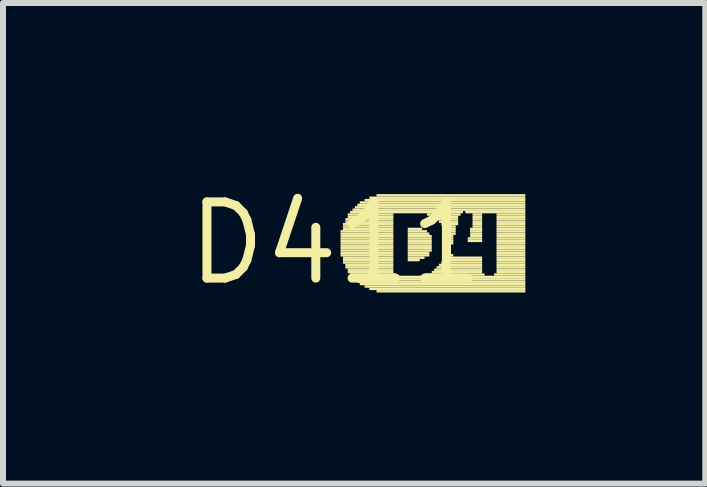
<source format=kicad_pcb>
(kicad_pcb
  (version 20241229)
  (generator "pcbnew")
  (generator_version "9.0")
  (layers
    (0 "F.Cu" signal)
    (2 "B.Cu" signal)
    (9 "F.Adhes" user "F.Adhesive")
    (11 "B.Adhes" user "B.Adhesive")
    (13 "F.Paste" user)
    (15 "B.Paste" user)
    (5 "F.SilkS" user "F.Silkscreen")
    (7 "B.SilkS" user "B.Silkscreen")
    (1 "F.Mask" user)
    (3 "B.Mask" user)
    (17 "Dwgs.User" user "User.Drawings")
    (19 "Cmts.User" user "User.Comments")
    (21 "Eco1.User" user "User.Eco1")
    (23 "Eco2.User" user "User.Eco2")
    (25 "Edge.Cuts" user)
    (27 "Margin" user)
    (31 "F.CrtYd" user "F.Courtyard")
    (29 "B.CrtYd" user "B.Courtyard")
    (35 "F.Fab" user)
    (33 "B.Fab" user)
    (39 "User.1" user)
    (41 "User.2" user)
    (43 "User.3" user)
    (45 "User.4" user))
  (footprint "D411"
    (layer "F.Cu")
    (at 2.547 1.006)
    (property "Reference" "D411" (at 0 0 0) (layer "F.SilkS") (effects (font (size 1.27 1.27) (thickness 0.15))))
    (fp_poly (pts (xy 0.08 -0.18) (xy 0.96 -0.18) (xy 0.96 -0.22) (xy 0.08 -0.22)) (stroke (width 0) (type default)) (fill yes) (layer "F.SilkS"))
    (fp_poly (pts (xy 0.08 -0.14) (xy 0.96 -0.14) (xy 0.96 -0.18) (xy 0.08 -0.18)) (stroke (width 0) (type default)) (fill yes) (layer "F.SilkS"))
    (fp_poly (pts (xy 0.08 -0.1) (xy 0.96 -0.1) (xy 0.96 -0.14) (xy 0.08 -0.14)) (stroke (width 0) (type default)) (fill yes) (layer "F.SilkS"))
    (fp_poly (pts (xy 0.08 -0.06) (xy 0.96 -0.06) (xy 0.96 -0.1) (xy 0.08 -0.1)) (stroke (width 0) (type default)) (fill yes) (layer "F.SilkS"))
    (fp_poly (pts (xy 0.08 -0.02) (xy 0.96 -0.02) (xy 0.96 -0.06) (xy 0.08 -0.06)) (stroke (width 0) (type default)) (fill yes) (layer "F.SilkS"))
    (fp_poly (pts (xy 0.08 0.02) (xy 0.96 0.02) (xy 0.96 -0.02) (xy 0.08 -0.02)) (stroke (width 0) (type default)) (fill yes) (layer "F.SilkS"))
    (fp_poly (pts (xy 0.08 0.06) (xy 0.96 0.06) (xy 0.96 0.02) (xy 0.08 0.02)) (stroke (width 0) (type default)) (fill yes) (layer "F.SilkS"))
    (fp_poly (pts (xy 0.08 0.1) (xy 0.96 0.1) (xy 0.96 0.06) (xy 0.08 0.06)) (stroke (width 0) (type default)) (fill yes) (layer "F.SilkS"))
    (fp_poly (pts (xy 0.08 0.14) (xy 0.96 0.14) (xy 0.96 0.1) (xy 0.08 0.1)) (stroke (width 0) (type default)) (fill yes) (layer "F.SilkS"))
    (fp_poly (pts (xy 0.08 0.18) (xy 0.96 0.18) (xy 0.96 0.14) (xy 0.08 0.14)) (stroke (width 0) (type default)) (fill yes) (layer "F.SilkS"))
    (fp_poly (pts (xy 0.08 0.22) (xy 0.96 0.22) (xy 0.96 0.18) (xy 0.08 0.18)) (stroke (width 0) (type default)) (fill yes) (layer "F.SilkS"))
    (fp_poly (pts (xy 0.12 -0.3) (xy 0.96 -0.3) (xy 0.96 -0.34) (xy 0.12 -0.34)) (stroke (width 0) (type default)) (fill yes) (layer "F.SilkS"))
    (fp_poly (pts (xy 0.12 -0.26) (xy 0.96 -0.26) (xy 0.96 -0.3) (xy 0.12 -0.3)) (stroke (width 0) (type default)) (fill yes) (layer "F.SilkS"))
    (fp_poly (pts (xy 0.12 -0.22) (xy 0.96 -0.22) (xy 0.96 -0.26) (xy 0.12 -0.26)) (stroke (width 0) (type default)) (fill yes) (layer "F.SilkS"))
    (fp_poly (pts (xy 0.12 0.26) (xy 0.96 0.26) (xy 0.96 0.22) (xy 0.12 0.22)) (stroke (width 0) (type default)) (fill yes) (layer "F.SilkS"))
    (fp_poly (pts (xy 0.12 0.3) (xy 0.96 0.3) (xy 0.96 0.26) (xy 0.12 0.26)) (stroke (width 0) (type default)) (fill yes) (layer "F.SilkS"))
    (fp_poly (pts (xy 0.12 0.34) (xy 0.96 0.34) (xy 0.96 0.3) (xy 0.12 0.3)) (stroke (width 0) (type default)) (fill yes) (layer "F.SilkS"))
    (fp_poly (pts (xy 0.16 -0.38) (xy 0.96 -0.38) (xy 0.96 -0.42) (xy 0.16 -0.42)) (stroke (width 0) (type default)) (fill yes) (layer "F.SilkS"))
    (fp_poly (pts (xy 0.16 -0.34) (xy 0.96 -0.34) (xy 0.96 -0.38) (xy 0.16 -0.38)) (stroke (width 0) (type default)) (fill yes) (layer "F.SilkS"))
    (fp_poly (pts (xy 0.16 0.38) (xy 0.96 0.38) (xy 0.96 0.34) (xy 0.16 0.34)) (stroke (width 0) (type default)) (fill yes) (layer "F.SilkS"))
    (fp_poly (pts (xy 0.16 0.42) (xy 0.96 0.42) (xy 0.96 0.38) (xy 0.16 0.38)) (stroke (width 0) (type default)) (fill yes) (layer "F.SilkS"))
    (fp_poly (pts (xy 0.2 -0.46) (xy 0.96 -0.46) (xy 0.96 -0.5) (xy 0.2 -0.5)) (stroke (width 0) (type default)) (fill yes) (layer "F.SilkS"))
    (fp_poly (pts (xy 0.2 -0.42) (xy 0.96 -0.42) (xy 0.96 -0.46) (xy 0.2 -0.46)) (stroke (width 0) (type default)) (fill yes) (layer "F.SilkS"))
    (fp_poly (pts (xy 0.2 0.46) (xy 0.96 0.46) (xy 0.96 0.42) (xy 0.2 0.42)) (stroke (width 0) (type default)) (fill yes) (layer "F.SilkS"))
    (fp_poly (pts (xy 0.2 0.5) (xy 0.96 0.5) (xy 0.96 0.46) (xy 0.2 0.46)) (stroke (width 0) (type default)) (fill yes) (layer "F.SilkS"))
    (fp_poly (pts (xy 0.24 -0.5) (xy 2.12 -0.5) (xy 2.12 -0.54) (xy 0.24 -0.54)) (stroke (width 0) (type default)) (fill yes) (layer "F.SilkS"))
    (fp_poly (pts (xy 0.24 0.54) (xy 1 0.54) (xy 1 0.5) (xy 0.24 0.5)) (stroke (width 0) (type default)) (fill yes) (layer "F.SilkS"))
    (fp_poly (pts (xy 0.28 -0.54) (xy 3.16 -0.54) (xy 3.16 -0.58) (xy 0.28 -0.58)) (stroke (width 0) (type default)) (fill yes) (layer "F.SilkS"))
    (fp_poly (pts (xy 0.28 0.58) (xy 3.16 0.58) (xy 3.16 0.54) (xy 0.28 0.54)) (stroke (width 0) (type default)) (fill yes) (layer "F.SilkS"))
    (fp_poly (pts (xy 0.32 -0.58) (xy 3.16 -0.58) (xy 3.16 -0.62) (xy 0.32 -0.62)) (stroke (width 0) (type default)) (fill yes) (layer "F.SilkS"))
    (fp_poly (pts (xy 0.32 0.62) (xy 3.16 0.62) (xy 3.16 0.58) (xy 0.32 0.58)) (stroke (width 0) (type default)) (fill yes) (layer "F.SilkS"))
    (fp_poly (pts (xy 0.36 -0.62) (xy 3.16 -0.62) (xy 3.16 -0.66) (xy 0.36 -0.66)) (stroke (width 0) (type default)) (fill yes) (layer "F.SilkS"))
    (fp_poly (pts (xy 0.36 0.66) (xy 3.16 0.66) (xy 3.16 0.62) (xy 0.36 0.62)) (stroke (width 0) (type default)) (fill yes) (layer "F.SilkS"))
    (fp_poly (pts (xy 0.4 -0.66) (xy 3.16 -0.66) (xy 3.16 -0.7) (xy 0.4 -0.7)) (stroke (width 0) (type default)) (fill yes) (layer "F.SilkS"))
    (fp_poly (pts (xy 0.4 0.7) (xy 3.16 0.7) (xy 3.16 0.66) (xy 0.4 0.66)) (stroke (width 0) (type default)) (fill yes) (layer "F.SilkS"))
    (fp_poly (pts (xy 0.48 -0.7) (xy 3.16 -0.7) (xy 3.16 -0.74) (xy 0.48 -0.74)) (stroke (width 0) (type default)) (fill yes) (layer "F.SilkS"))
    (fp_poly (pts (xy 0.48 0.74) (xy 3.16 0.74) (xy 3.16 0.7) (xy 0.48 0.7)) (stroke (width 0) (type default)) (fill yes) (layer "F.SilkS"))
    (fp_poly (pts (xy 0.56 -0.74) (xy 3.16 -0.74) (xy 3.16 -0.78) (xy 0.56 -0.78)) (stroke (width 0) (type default)) (fill yes) (layer "F.SilkS"))
    (fp_poly (pts (xy 0.56 0.78) (xy 3.16 0.78) (xy 3.16 0.74) (xy 0.56 0.74)) (stroke (width 0) (type default)) (fill yes) (layer "F.SilkS"))
    (fp_poly (pts (xy 0.68 -0.78) (xy 3.16 -0.78) (xy 3.16 -0.82) (xy 0.68 -0.82)) (stroke (width 0) (type default)) (fill yes) (layer "F.SilkS"))
    (fp_poly (pts (xy 0.68 0.82) (xy 3.16 0.82) (xy 3.16 0.78) (xy 0.68 0.78)) (stroke (width 0) (type default)) (fill yes) (layer "F.SilkS"))
    (fp_poly (pts (xy 1.2 -0.22) (xy 1.44 -0.22) (xy 1.44 -0.26) (xy 1.2 -0.26)) (stroke (width 0) (type default)) (fill yes) (layer "F.SilkS"))
    (fp_poly (pts (xy 1.2 -0.18) (xy 1.52 -0.18) (xy 1.52 -0.22) (xy 1.2 -0.22)) (stroke (width 0) (type default)) (fill yes) (layer "F.SilkS"))
    (fp_poly (pts (xy 1.2 -0.14) (xy 1.56 -0.14) (xy 1.56 -0.18) (xy 1.2 -0.18)) (stroke (width 0) (type default)) (fill yes) (layer "F.SilkS"))
    (fp_poly (pts (xy 1.2 -0.1) (xy 1.6 -0.1) (xy 1.6 -0.14) (xy 1.2 -0.14)) (stroke (width 0) (type default)) (fill yes) (layer "F.SilkS"))
    (fp_poly (pts (xy 1.2 -0.06) (xy 1.6 -0.06) (xy 1.6 -0.1) (xy 1.2 -0.1)) (stroke (width 0) (type default)) (fill yes) (layer "F.SilkS"))
    (fp_poly (pts (xy 1.2 -0.02) (xy 1.6 -0.02) (xy 1.6 -0.06) (xy 1.2 -0.06)) (stroke (width 0) (type default)) (fill yes) (layer "F.SilkS"))
    (fp_poly (pts (xy 1.2 0.02) (xy 1.6 0.02) (xy 1.6 -0.02) (xy 1.2 -0.02)) (stroke (width 0) (type default)) (fill yes) (layer "F.SilkS"))
    (fp_poly (pts (xy 1.2 0.06) (xy 1.6 0.06) (xy 1.6 0.02) (xy 1.2 0.02)) (stroke (width 0) (type default)) (fill yes) (layer "F.SilkS"))
    (fp_poly (pts (xy 1.2 0.1) (xy 1.6 0.1) (xy 1.6 0.06) (xy 1.2 0.06)) (stroke (width 0) (type default)) (fill yes) (layer "F.SilkS"))
    (fp_poly (pts (xy 1.2 0.14) (xy 1.6 0.14) (xy 1.6 0.1) (xy 1.2 0.1)) (stroke (width 0) (type default)) (fill yes) (layer "F.SilkS"))
    (fp_poly (pts (xy 1.2 0.18) (xy 1.56 0.18) (xy 1.56 0.14) (xy 1.2 0.14)) (stroke (width 0) (type default)) (fill yes) (layer "F.SilkS"))
    (fp_poly (pts (xy 1.2 0.22) (xy 1.56 0.22) (xy 1.56 0.18) (xy 1.2 0.18)) (stroke (width 0) (type default)) (fill yes) (layer "F.SilkS"))
    (fp_poly (pts (xy 1.2 0.26) (xy 1.48 0.26) (xy 1.48 0.22) (xy 1.2 0.22)) (stroke (width 0) (type default)) (fill yes) (layer "F.SilkS"))
    (fp_poly (pts (xy 1.2 0.3) (xy 1.4 0.3) (xy 1.4 0.26) (xy 1.2 0.26)) (stroke (width 0) (type default)) (fill yes) (layer "F.SilkS"))
    (fp_poly (pts (xy 1.48 0.54) (xy 2.48 0.54) (xy 2.48 0.5) (xy 1.48 0.5)) (stroke (width 0) (type default)) (fill yes) (layer "F.SilkS"))
    (fp_poly (pts (xy 1.52 -0.46) (xy 2.08 -0.46) (xy 2.08 -0.5) (xy 1.52 -0.5)) (stroke (width 0) (type default)) (fill yes) (layer "F.SilkS"))
    (fp_poly (pts (xy 1.6 -0.42) (xy 2.04 -0.42) (xy 2.04 -0.46) (xy 1.6 -0.46)) (stroke (width 0) (type default)) (fill yes) (layer "F.SilkS"))
    (fp_poly (pts (xy 1.6 0.5) (xy 2.44 0.5) (xy 2.44 0.46) (xy 1.6 0.46)) (stroke (width 0) (type default)) (fill yes) (layer "F.SilkS"))
    (fp_poly (pts (xy 1.64 0.46) (xy 2.44 0.46) (xy 2.44 0.42) (xy 1.64 0.42)) (stroke (width 0) (type default)) (fill yes) (layer "F.SilkS"))
    (fp_poly (pts (xy 1.68 -0.38) (xy 2.04 -0.38) (xy 2.04 -0.42) (xy 1.68 -0.42)) (stroke (width 0) (type default)) (fill yes) (layer "F.SilkS"))
    (fp_poly (pts (xy 1.68 0.42) (xy 2.44 0.42) (xy 2.44 0.38) (xy 1.68 0.38)) (stroke (width 0) (type default)) (fill yes) (layer "F.SilkS"))
    (fp_poly (pts (xy 1.72 -0.34) (xy 2.04 -0.34) (xy 2.04 -0.38) (xy 1.72 -0.38)) (stroke (width 0) (type default)) (fill yes) (layer "F.SilkS"))
    (fp_poly (pts (xy 1.72 0.38) (xy 2.44 0.38) (xy 2.44 0.34) (xy 1.72 0.34)) (stroke (width 0) (type default)) (fill yes) (layer "F.SilkS"))
    (fp_poly (pts (xy 1.76 -0.3) (xy 2.04 -0.3) (xy 2.04 -0.34) (xy 1.76 -0.34)) (stroke (width 0) (type default)) (fill yes) (layer "F.SilkS"))
    (fp_poly (pts (xy 1.76 0.34) (xy 2.44 0.34) (xy 2.44 0.3) (xy 1.76 0.3)) (stroke (width 0) (type default)) (fill yes) (layer "F.SilkS"))
    (fp_poly (pts (xy 1.8 -0.26) (xy 2 -0.26) (xy 2 -0.3) (xy 1.8 -0.3)) (stroke (width 0) (type default)) (fill yes) (layer "F.SilkS"))
    (fp_poly (pts (xy 1.8 -0.22) (xy 2 -0.22) (xy 2 -0.26) (xy 1.8 -0.26)) (stroke (width 0) (type default)) (fill yes) (layer "F.SilkS"))
    (fp_poly (pts (xy 1.8 0.26) (xy 2.44 0.26) (xy 2.44 0.22) (xy 1.8 0.22)) (stroke (width 0) (type default)) (fill yes) (layer "F.SilkS"))
    (fp_poly (pts (xy 1.8 0.3) (xy 2.44 0.3) (xy 2.44 0.26) (xy 1.8 0.26)) (stroke (width 0) (type default)) (fill yes) (layer "F.SilkS"))
    (fp_poly (pts (xy 1.84 -0.18) (xy 2 -0.18) (xy 2 -0.22) (xy 1.84 -0.22)) (stroke (width 0) (type default)) (fill yes) (layer "F.SilkS"))
    (fp_poly (pts (xy 1.84 -0.14) (xy 2 -0.14) (xy 2 -0.18) (xy 1.84 -0.18)) (stroke (width 0) (type default)) (fill yes) (layer "F.SilkS"))
    (fp_poly (pts (xy 1.84 -0.1) (xy 1.96 -0.1) (xy 1.96 -0.14) (xy 1.84 -0.14)) (stroke (width 0) (type default)) (fill yes) (layer "F.SilkS"))
    (fp_poly (pts (xy 1.84 0.14) (xy 1.92 0.14) (xy 1.92 0.1) (xy 1.84 0.1)) (stroke (width 0) (type default)) (fill yes) (layer "F.SilkS"))
    (fp_poly (pts (xy 1.84 0.18) (xy 1.92 0.18) (xy 1.92 0.14) (xy 1.84 0.14)) (stroke (width 0) (type default)) (fill yes) (layer "F.SilkS"))
    (fp_poly (pts (xy 1.84 0.22) (xy 1.96 0.22) (xy 1.96 0.18) (xy 1.84 0.18)) (stroke (width 0) (type default)) (fill yes) (layer "F.SilkS"))
    (fp_poly (pts (xy 1.88 -0.06) (xy 1.96 -0.06) (xy 1.96 -0.1) (xy 1.88 -0.1)) (stroke (width 0) (type default)) (fill yes) (layer "F.SilkS"))
    (fp_poly (pts (xy 1.88 -0.02) (xy 1.96 -0.02) (xy 1.96 -0.06) (xy 1.88 -0.06)) (stroke (width 0) (type default)) (fill yes) (layer "F.SilkS"))
    (fp_poly (pts (xy 1.88 0.02) (xy 1.96 0.02) (xy 1.96 -0.02) (xy 1.88 -0.02)) (stroke (width 0) (type default)) (fill yes) (layer "F.SilkS"))
    (fp_poly (pts (xy 1.88 0.06) (xy 1.92 0.06) (xy 1.92 0.02) (xy 1.88 0.02)) (stroke (width 0) (type default)) (fill yes) (layer "F.SilkS"))
    (fp_poly (pts (xy 1.88 0.1) (xy 1.92 0.1) (xy 1.92 0.06) (xy 1.88 0.06)) (stroke (width 0) (type default)) (fill yes) (layer "F.SilkS"))
    (fp_poly (pts (xy 2.16 -0.5) (xy 3.16 -0.5) (xy 3.16 -0.54) (xy 2.16 -0.54)) (stroke (width 0) (type default)) (fill yes) (layer "F.SilkS"))
    (fp_poly (pts (xy 2.2 -0.06) (xy 2.44 -0.06) (xy 2.44 -0.1) (xy 2.2 -0.1)) (stroke (width 0) (type default)) (fill yes) (layer "F.SilkS"))
    (fp_poly (pts (xy 2.2 -0.02) (xy 2.44 -0.02) (xy 2.44 -0.06) (xy 2.2 -0.06)) (stroke (width 0) (type default)) (fill yes) (layer "F.SilkS"))
    (fp_poly (pts (xy 2.24 -0.22) (xy 2.44 -0.22) (xy 2.44 -0.26) (xy 2.24 -0.26)) (stroke (width 0) (type default)) (fill yes) (layer "F.SilkS"))
    (fp_poly (pts (xy 2.24 -0.18) (xy 2.44 -0.18) (xy 2.44 -0.22) (xy 2.24 -0.22)) (stroke (width 0) (type default)) (fill yes) (layer "F.SilkS"))
    (fp_poly (pts (xy 2.24 -0.14) (xy 2.44 -0.14) (xy 2.44 -0.18) (xy 2.24 -0.18)) (stroke (width 0) (type default)) (fill yes) (layer "F.SilkS"))
    (fp_poly (pts (xy 2.24 -0.1) (xy 2.44 -0.1) (xy 2.44 -0.14) (xy 2.24 -0.14)) (stroke (width 0) (type default)) (fill yes) (layer "F.SilkS"))
    (fp_poly (pts (xy 2.28 -0.46) (xy 2.44 -0.46) (xy 2.44 -0.5) (xy 2.28 -0.5)) (stroke (width 0) (type default)) (fill yes) (layer "F.SilkS"))
    (fp_poly (pts (xy 2.28 -0.42) (xy 2.44 -0.42) (xy 2.44 -0.46) (xy 2.28 -0.46)) (stroke (width 0) (type default)) (fill yes) (layer "F.SilkS"))
    (fp_poly (pts (xy 2.28 -0.38) (xy 2.44 -0.38) (xy 2.44 -0.42) (xy 2.28 -0.42)) (stroke (width 0) (type default)) (fill yes) (layer "F.SilkS"))
    (fp_poly (pts (xy 2.28 -0.34) (xy 2.44 -0.34) (xy 2.44 -0.38) (xy 2.28 -0.38)) (stroke (width 0) (type default)) (fill yes) (layer "F.SilkS"))
    (fp_poly (pts (xy 2.28 -0.3) (xy 2.44 -0.3) (xy 2.44 -0.34) (xy 2.28 -0.34)) (stroke (width 0) (type default)) (fill yes) (layer "F.SilkS"))
    (fp_poly (pts (xy 2.28 -0.26) (xy 2.44 -0.26) (xy 2.44 -0.3) (xy 2.28 -0.3)) (stroke (width 0) (type default)) (fill yes) (layer "F.SilkS"))
    (fp_poly (pts (xy 2.64 0.54) (xy 3.16 0.54) (xy 3.16 0.5) (xy 2.64 0.5)) (stroke (width 0) (type default)) (fill yes) (layer "F.SilkS"))
    (fp_poly (pts (xy 2.68 -0.46) (xy 3.16 -0.46) (xy 3.16 -0.5) (xy 2.68 -0.5)) (stroke (width 0) (type default)) (fill yes) (layer "F.SilkS"))
    (fp_poly (pts (xy 2.68 -0.42) (xy 3.16 -0.42) (xy 3.16 -0.46) (xy 2.68 -0.46)) (stroke (width 0) (type default)) (fill yes) (layer "F.SilkS"))
    (fp_poly (pts (xy 2.68 -0.38) (xy 3.16 -0.38) (xy 3.16 -0.42) (xy 2.68 -0.42)) (stroke (width 0) (type default)) (fill yes) (layer "F.SilkS"))
    (fp_poly (pts (xy 2.68 -0.34) (xy 3.16 -0.34) (xy 3.16 -0.38) (xy 2.68 -0.38)) (stroke (width 0) (type default)) (fill yes) (layer "F.SilkS"))
    (fp_poly (pts (xy 2.68 -0.3) (xy 3.16 -0.3) (xy 3.16 -0.34) (xy 2.68 -0.34)) (stroke (width 0) (type default)) (fill yes) (layer "F.SilkS"))
    (fp_poly (pts (xy 2.68 -0.26) (xy 3.16 -0.26) (xy 3.16 -0.3) (xy 2.68 -0.3)) (stroke (width 0) (type default)) (fill yes) (layer "F.SilkS"))
    (fp_poly (pts (xy 2.68 -0.22) (xy 3.16 -0.22) (xy 3.16 -0.26) (xy 2.68 -0.26)) (stroke (width 0) (type default)) (fill yes) (layer "F.SilkS"))
    (fp_poly (pts (xy 2.68 -0.18) (xy 3.16 -0.18) (xy 3.16 -0.22) (xy 2.68 -0.22)) (stroke (width 0) (type default)) (fill yes) (layer "F.SilkS"))
    (fp_poly (pts (xy 2.68 -0.14) (xy 3.16 -0.14) (xy 3.16 -0.18) (xy 2.68 -0.18)) (stroke (width 0) (type default)) (fill yes) (layer "F.SilkS"))
    (fp_poly (pts (xy 2.68 -0.1) (xy 3.16 -0.1) (xy 3.16 -0.14) (xy 2.68 -0.14)) (stroke (width 0) (type default)) (fill yes) (layer "F.SilkS"))
    (fp_poly (pts (xy 2.68 -0.06) (xy 3.16 -0.06) (xy 3.16 -0.1) (xy 2.68 -0.1)) (stroke (width 0) (type default)) (fill yes) (layer "F.SilkS"))
    (fp_poly (pts (xy 2.68 -0.02) (xy 3.16 -0.02) (xy 3.16 -0.06) (xy 2.68 -0.06)) (stroke (width 0) (type default)) (fill yes) (layer "F.SilkS"))
    (fp_poly (pts (xy 2.68 0.02) (xy 3.16 0.02) (xy 3.16 -0.02) (xy 2.68 -0.02)) (stroke (width 0) (type default)) (fill yes) (layer "F.SilkS"))
    (fp_poly (pts (xy 2.68 0.06) (xy 3.16 0.06) (xy 3.16 0.02) (xy 2.68 0.02)) (stroke (width 0) (type default)) (fill yes) (layer "F.SilkS"))
    (fp_poly (pts (xy 2.68 0.1) (xy 3.16 0.1) (xy 3.16 0.06) (xy 2.68 0.06)) (stroke (width 0) (type default)) (fill yes) (layer "F.SilkS"))
    (fp_poly (pts (xy 2.68 0.14) (xy 3.16 0.14) (xy 3.16 0.1) (xy 2.68 0.1)) (stroke (width 0) (type default)) (fill yes) (layer "F.SilkS"))
    (fp_poly (pts (xy 2.68 0.18) (xy 3.16 0.18) (xy 3.16 0.14) (xy 2.68 0.14)) (stroke (width 0) (type default)) (fill yes) (layer "F.SilkS"))
    (fp_poly (pts (xy 2.68 0.22) (xy 3.16 0.22) (xy 3.16 0.18) (xy 2.68 0.18)) (stroke (width 0) (type default)) (fill yes) (layer "F.SilkS"))
    (fp_poly (pts (xy 2.68 0.26) (xy 3.16 0.26) (xy 3.16 0.22) (xy 2.68 0.22)) (stroke (width 0) (type default)) (fill yes) (layer "F.SilkS"))
    (fp_poly (pts (xy 2.68 0.3) (xy 3.16 0.3) (xy 3.16 0.26) (xy 2.68 0.26)) (stroke (width 0) (type default)) (fill yes) (layer "F.SilkS"))
    (fp_poly (pts (xy 2.68 0.34) (xy 3.16 0.34) (xy 3.16 0.3) (xy 2.68 0.3)) (stroke (width 0) (type default)) (fill yes) (layer "F.SilkS"))
    (fp_poly (pts (xy 2.68 0.38) (xy 3.16 0.38) (xy 3.16 0.34) (xy 2.68 0.34)) (stroke (width 0) (type default)) (fill yes) (layer "F.SilkS"))
    (fp_poly (pts (xy 2.68 0.42) (xy 3.16 0.42) (xy 3.16 0.38) (xy 2.68 0.38)) (stroke (width 0) (type default)) (fill yes) (layer "F.SilkS"))
    (fp_poly (pts (xy 2.68 0.46) (xy 3.16 0.46) (xy 3.16 0.42) (xy 2.68 0.42)) (stroke (width 0) (type default)) (fill yes) (layer "F.SilkS"))
    (fp_poly (pts (xy 2.68 0.5) (xy 3.16 0.5) (xy 3.16 0.46) (xy 2.68 0.46)) (stroke (width 0) (type default)) (fill yes) (layer "F.SilkS")))
  (gr_rect
    (start -3 -3)
    (end 8.707 5.012)
    (stroke (width 0.1) (type default))
    (fill no)
    (layer "Edge.Cuts")))
</source>
